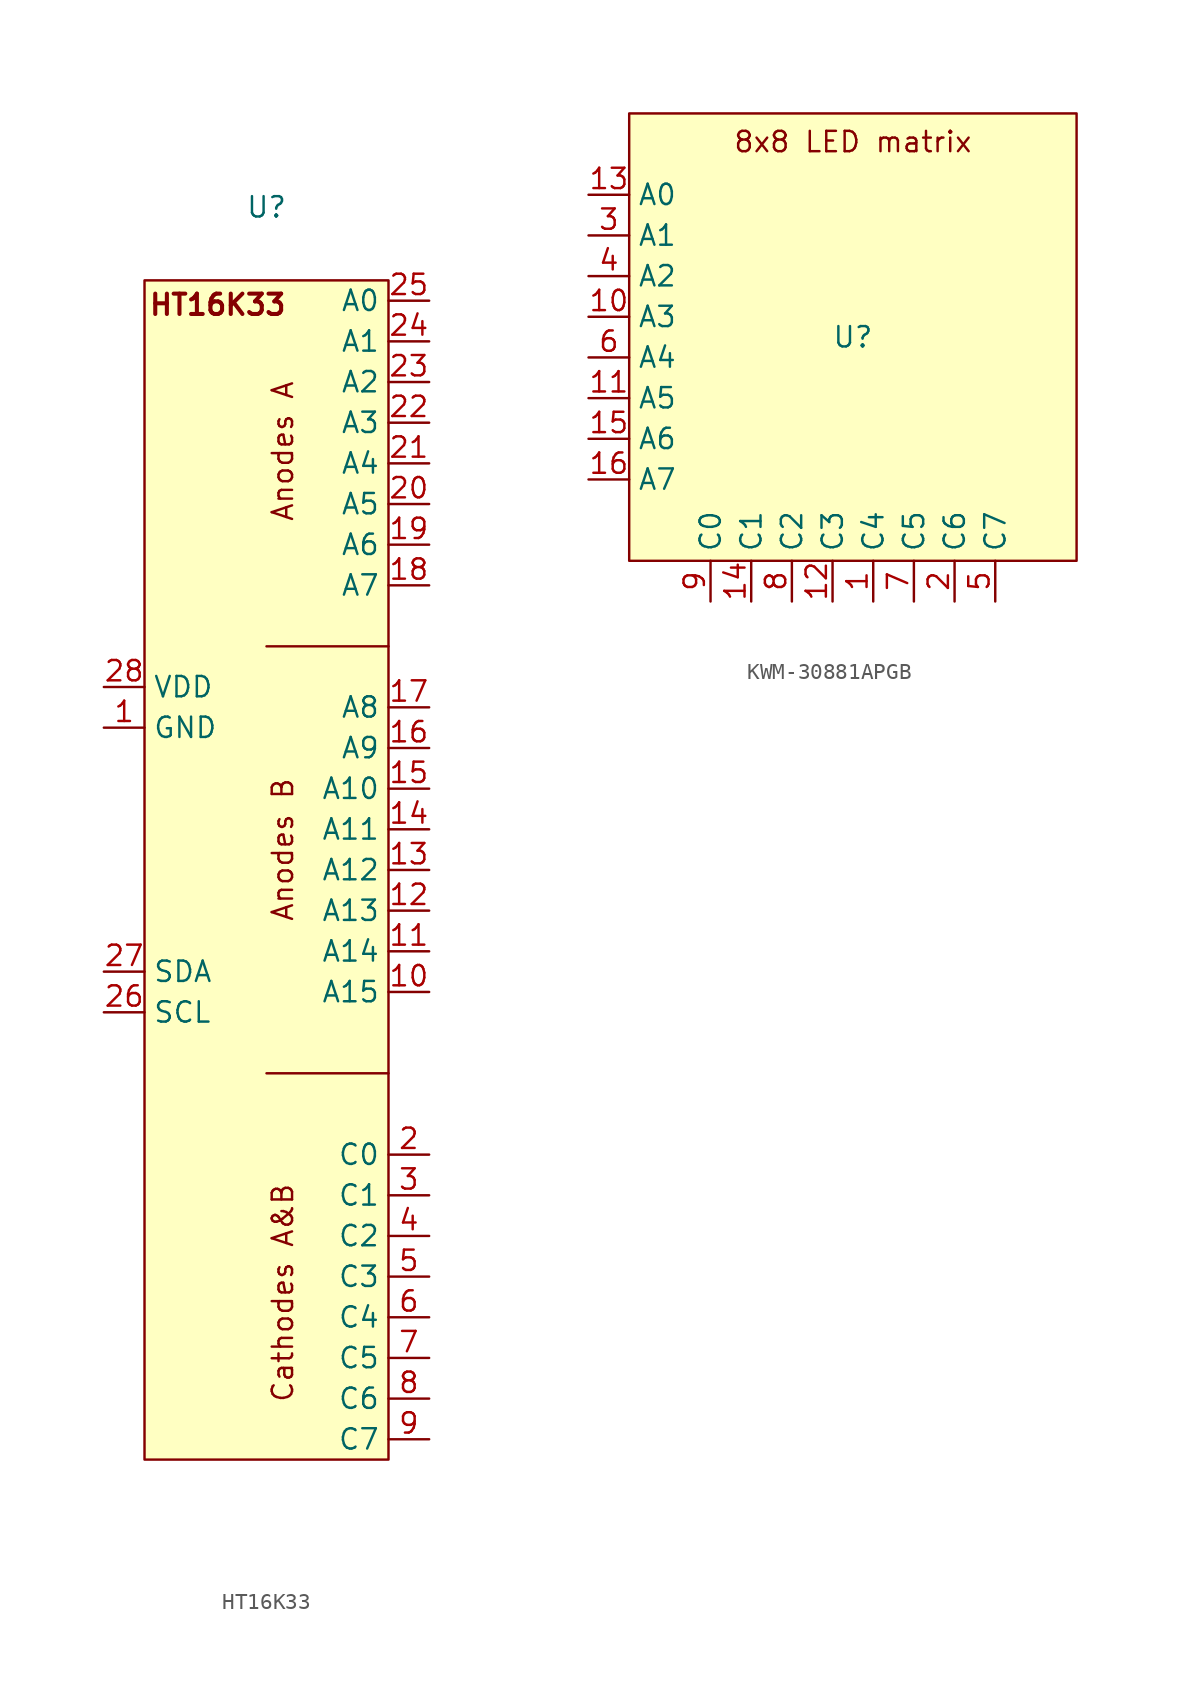
<source format=kicad_sym>
(kicad_symbol_lib
  (version 20241209)
  (generator "kicad_symbol_editor")
  (generator_version "9.0")
  (symbol "HT16K33"
    (property "Reference" "U"
      (at 0 41.402 0)
      (effects (font (size 1.27 1.27))))
    (property "Value" ""
      (at 0 0 0)
      (effects (font (size 1.27 1.27))))
    (symbol "HT16K33_0_1"
      (rectangle (start -7.62 36.83) (end 7.62 -36.83) (stroke (width 0) (type default)) (fill (type background)))
      (polyline (pts (xy 7.62 13.97) (xy 0 13.97)) (stroke (width 0) (type default)) (fill (type none)))
      (polyline (pts (xy 7.62 -12.7) (xy 0 -12.7)) (stroke (width 0) (type default)) (fill (type none))))
    (symbol "HT16K33_1_1"
      (text "HT16K33" (at -3.048 35.306 0) (effects (font (size 1.27 1.27) (thickness 0.254) (bold yes))))
      (text "Anodes A" (at 1.016 26.162 900) (effects (font (size 1.27 1.27))))
      (text "Anodes B" (at 1.016 1.27 900) (effects (font (size 1.27 1.27))))
      (text "Cathodes A&B" (at 1.016 -26.416 900) (effects (font (size 1.27 1.27))))
      (pin input line (at -10.16 11.43 0) (length 2.54) (name "VDD" (effects (font (size 1.27 1.27)))) (number "28" (effects (font (size 1.27 1.27)))))
      (pin input line (at -10.16 8.89 0) (length 2.54) (name "GND" (effects (font (size 1.27 1.27)))) (number "1" (effects (font (size 1.27 1.27)))))
      (pin input line (at -10.16 -6.35 0) (length 2.54) (name "SDA" (effects (font (size 1.27 1.27)))) (number "27" (effects (font (size 1.27 1.27)))))
      (pin input line (at -10.16 -8.89 0) (length 2.54) (name "SCL" (effects (font (size 1.27 1.27)))) (number "26" (effects (font (size 1.27 1.27)))))
      (pin output line (at 10.16 35.56 180) (length 2.54) (name "A0" (effects (font (size 1.27 1.27)))) (number "25" (effects (font (size 1.27 1.27)))))
      (pin output line (at 10.16 33.02 180) (length 2.54) (name "A1" (effects (font (size 1.27 1.27)))) (number "24" (effects (font (size 1.27 1.27)))))
      (pin output line (at 10.16 30.48 180) (length 2.54) (name "A2" (effects (font (size 1.27 1.27)))) (number "23" (effects (font (size 1.27 1.27)))))
      (pin output line (at 10.16 27.94 180) (length 2.54) (name "A3" (effects (font (size 1.27 1.27)))) (number "22" (effects (font (size 1.27 1.27)))))
      (pin output line (at 10.16 25.4 180) (length 2.54) (name "A4" (effects (font (size 1.27 1.27)))) (number "21" (effects (font (size 1.27 1.27)))))
      (pin output line (at 10.16 22.86 180) (length 2.54) (name "A5" (effects (font (size 1.27 1.27)))) (number "20" (effects (font (size 1.27 1.27)))))
      (pin output line (at 10.16 20.32 180) (length 2.54) (name "A6" (effects (font (size 1.27 1.27)))) (number "19" (effects (font (size 1.27 1.27)))))
      (pin output line (at 10.16 17.78 180) (length 2.54) (name "A7" (effects (font (size 1.27 1.27)))) (number "18" (effects (font (size 1.27 1.27)))))
      (pin output line (at 10.16 10.16 180) (length 2.54) (name "A8" (effects (font (size 1.27 1.27)))) (number "17" (effects (font (size 1.27 1.27)))))
      (pin output line (at 10.16 7.62 180) (length 2.54) (name "A9" (effects (font (size 1.27 1.27)))) (number "16" (effects (font (size 1.27 1.27)))))
      (pin output line (at 10.16 5.08 180) (length 2.54) (name "A10" (effects (font (size 1.27 1.27)))) (number "15" (effects (font (size 1.27 1.27)))))
      (pin output line (at 10.16 2.54 180) (length 2.54) (name "A11" (effects (font (size 1.27 1.27)))) (number "14" (effects (font (size 1.27 1.27)))))
      (pin output line (at 10.16 0 180) (length 2.54) (name "A12" (effects (font (size 1.27 1.27)))) (number "13" (effects (font (size 1.27 1.27)))))
      (pin output line (at 10.16 -2.54 180) (length 2.54) (name "A13" (effects (font (size 1.27 1.27)))) (number "12" (effects (font (size 1.27 1.27)))))
      (pin output line (at 10.16 -5.08 180) (length 2.54) (name "A14" (effects (font (size 1.27 1.27)))) (number "11" (effects (font (size 1.27 1.27)))))
      (pin output line (at 10.16 -7.62 180) (length 2.54) (name "A15" (effects (font (size 1.27 1.27)))) (number "10" (effects (font (size 1.27 1.27)))))
      (pin output line (at 10.16 -17.78 180) (length 2.54) (name "C0" (effects (font (size 1.27 1.27)))) (number "2" (effects (font (size 1.27 1.27)))))
      (pin output line (at 10.16 -20.32 180) (length 2.54) (name "C1" (effects (font (size 1.27 1.27)))) (number "3" (effects (font (size 1.27 1.27)))))
      (pin output line (at 10.16 -22.86 180) (length 2.54) (name "C2" (effects (font (size 1.27 1.27)))) (number "4" (effects (font (size 1.27 1.27)))))
      (pin output line (at 10.16 -25.4 180) (length 2.54) (name "C3" (effects (font (size 1.27 1.27)))) (number "5" (effects (font (size 1.27 1.27)))))
      (pin output line (at 10.16 -27.94 180) (length 2.54) (name "C4" (effects (font (size 1.27 1.27)))) (number "6" (effects (font (size 1.27 1.27)))))
      (pin output line (at 10.16 -30.48 180) (length 2.54) (name "C5" (effects (font (size 1.27 1.27)))) (number "7" (effects (font (size 1.27 1.27)))))
      (pin output line (at 10.16 -33.02 180) (length 2.54) (name "C6" (effects (font (size 1.27 1.27)))) (number "8" (effects (font (size 1.27 1.27)))))
      (pin output line (at 10.16 -35.56 180) (length 2.54) (name "C7" (effects (font (size 1.27 1.27)))) (number "9" (effects (font (size 1.27 1.27)))))))
  (symbol "KWM-30881APGB"
    (property "Reference" "U"
      (at 0 0 0)
      (effects (font (size 1.27 1.27))))
    (property "Value" ""
      (at 0 0 0)
      (effects (font (size 1.27 1.27))))
    (symbol "KWM-30881APGB_0_1"
      (rectangle (start -13.97 13.97) (end 13.97 -13.97) (stroke (width 0) (type default)) (fill (type background))))
    (symbol "KWM-30881APGB_1_1"
      (text "8x8 LED matrix" (at 0 12.192 0) (effects (font (size 1.27 1.27))))
      (pin input line (at -16.51 8.89 0) (length 2.54) (name "A0" (effects (font (size 1.27 1.27)))) (number "13" (effects (font (size 1.27 1.27)))))
      (pin input line (at -16.51 6.35 0) (length 2.54) (name "A1" (effects (font (size 1.27 1.27)))) (number "3" (effects (font (size 1.27 1.27)))))
      (pin input line (at -16.51 3.81 0) (length 2.54) (name "A2" (effects (font (size 1.27 1.27)))) (number "4" (effects (font (size 1.27 1.27)))))
      (pin input line (at -16.51 1.27 0) (length 2.54) (name "A3" (effects (font (size 1.27 1.27)))) (number "10" (effects (font (size 1.27 1.27)))))
      (pin input line (at -16.51 -1.27 0) (length 2.54) (name "A4" (effects (font (size 1.27 1.27)))) (number "6" (effects (font (size 1.27 1.27)))))
      (pin input line (at -16.51 -3.81 0) (length 2.54) (name "A5" (effects (font (size 1.27 1.27)))) (number "11" (effects (font (size 1.27 1.27)))))
      (pin input line (at -16.51 -6.35 0) (length 2.54) (name "A6" (effects (font (size 1.27 1.27)))) (number "15" (effects (font (size 1.27 1.27)))))
      (pin input line (at -16.51 -8.89 0) (length 2.54) (name "A7" (effects (font (size 1.27 1.27)))) (number "16" (effects (font (size 1.27 1.27)))))
      (pin input line (at -8.89 -16.51 90) (length 2.54) (name "C0" (effects (font (size 1.27 1.27)))) (number "9" (effects (font (size 1.27 1.27)))))
      (pin input line (at -6.35 -16.51 90) (length 2.54) (name "C1" (effects (font (size 1.27 1.27)))) (number "14" (effects (font (size 1.27 1.27)))))
      (pin input line (at -3.81 -16.51 90) (length 2.54) (name "C2" (effects (font (size 1.27 1.27)))) (number "8" (effects (font (size 1.27 1.27)))))
      (pin input line (at -1.27 -16.51 90) (length 2.54) (name "C3" (effects (font (size 1.27 1.27)))) (number "12" (effects (font (size 1.27 1.27)))))
      (pin input line (at 1.27 -16.51 90) (length 2.54) (name "C4" (effects (font (size 1.27 1.27)))) (number "1" (effects (font (size 1.27 1.27)))))
      (pin input line (at 3.81 -16.51 90) (length 2.54) (name "C5" (effects (font (size 1.27 1.27)))) (number "7" (effects (font (size 1.27 1.27)))))
      (pin input line (at 6.35 -16.51 90) (length 2.54) (name "C6" (effects (font (size 1.27 1.27)))) (number "2" (effects (font (size 1.27 1.27)))))
      (pin input line (at 8.89 -16.51 90) (length 2.54) (name "C7" (effects (font (size 1.27 1.27)))) (number "5" (effects (font (size 1.27 1.27))))))))
</source>
